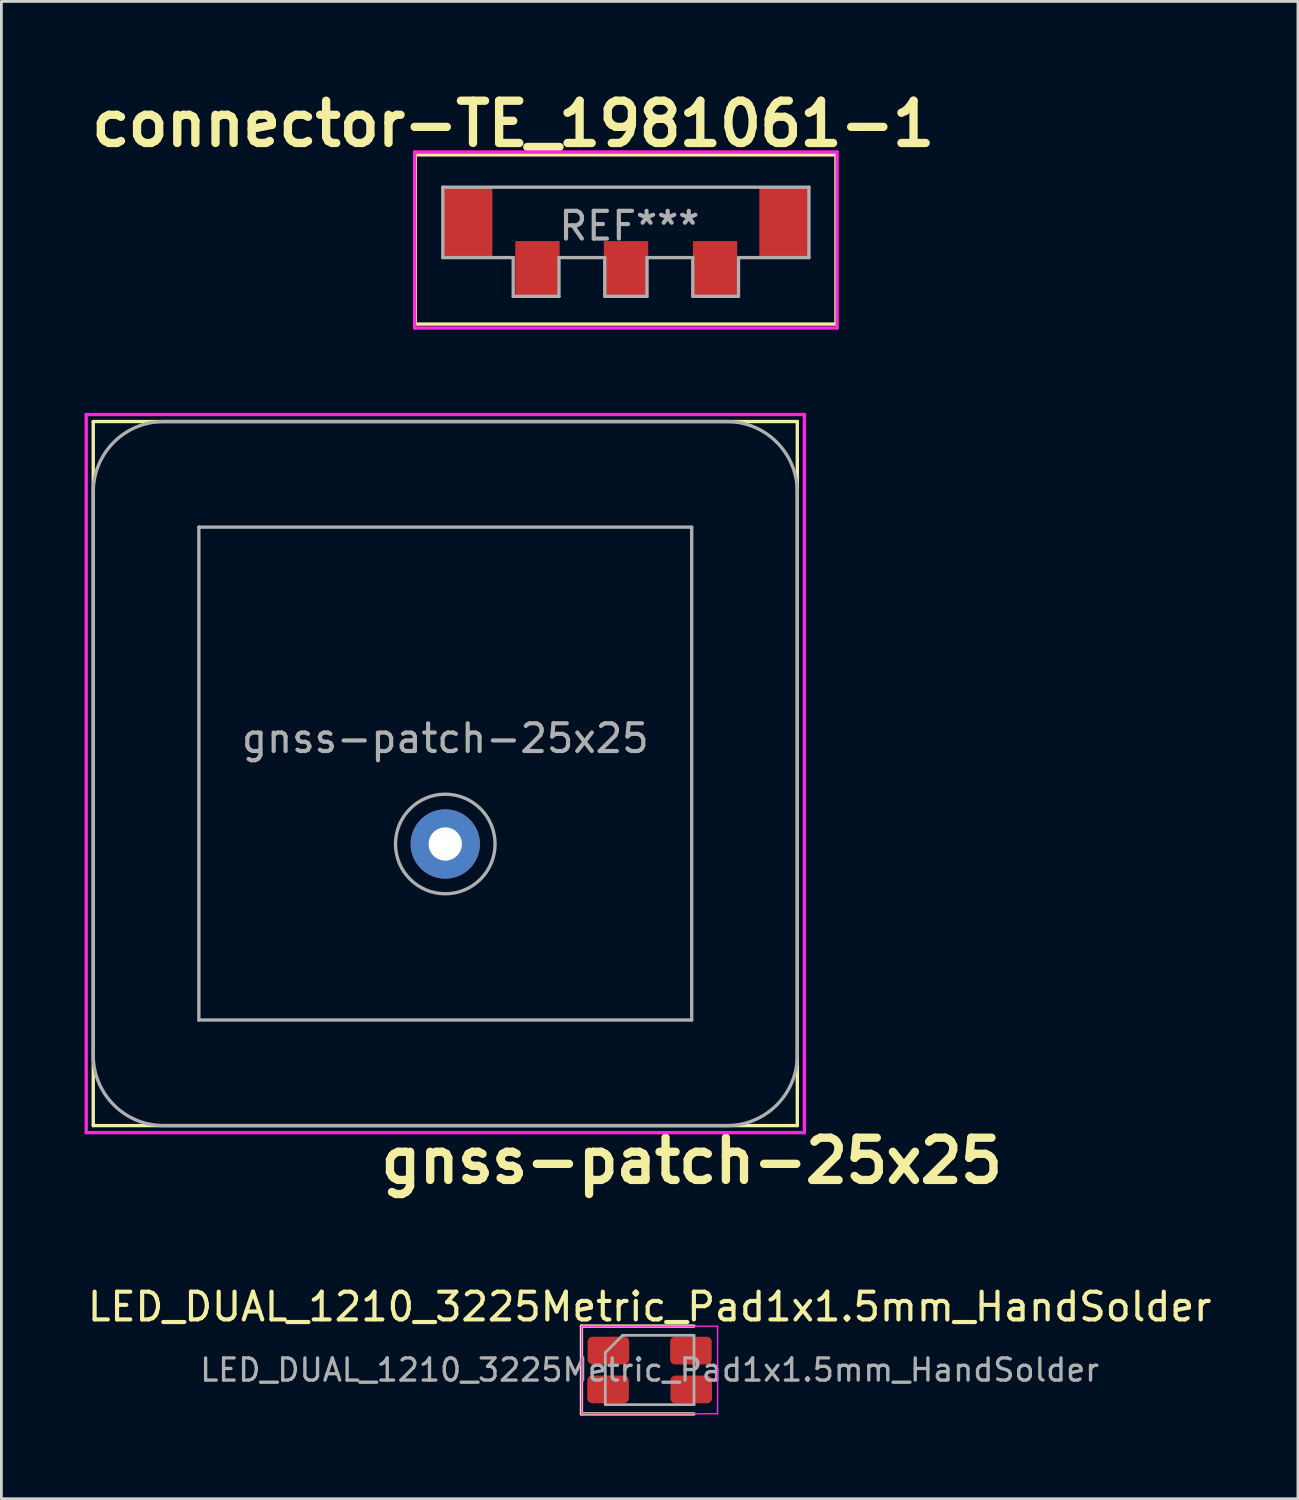
<source format=kicad_pcb>
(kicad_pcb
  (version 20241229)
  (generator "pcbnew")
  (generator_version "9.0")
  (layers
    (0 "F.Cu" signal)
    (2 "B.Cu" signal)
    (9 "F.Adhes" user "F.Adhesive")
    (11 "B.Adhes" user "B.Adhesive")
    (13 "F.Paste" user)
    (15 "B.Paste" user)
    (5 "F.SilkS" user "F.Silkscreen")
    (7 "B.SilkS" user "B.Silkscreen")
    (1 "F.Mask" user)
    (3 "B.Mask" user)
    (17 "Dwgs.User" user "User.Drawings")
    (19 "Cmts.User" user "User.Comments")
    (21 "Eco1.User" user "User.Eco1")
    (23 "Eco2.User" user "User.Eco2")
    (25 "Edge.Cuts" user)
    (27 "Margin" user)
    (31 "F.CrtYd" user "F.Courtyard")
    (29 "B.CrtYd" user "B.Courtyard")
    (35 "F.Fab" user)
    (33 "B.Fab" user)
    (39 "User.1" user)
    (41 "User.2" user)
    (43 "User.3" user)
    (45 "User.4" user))
  (footprint "LED_DUAL_1210_3225Metric_Pad1x1.5mm_HandSolder"
    (layer "F.Cu")
    (at 20.387 46.374)
    (property "Reference" "LED_DUAL_1210_3225Metric_Pad1x1.5mm_HandSolder" (at 0 -2.28 0) (layer "F.SilkS") (effects (font (size 1 1) (thickness 0.15))))
    (attr smd)
    (fp_line (start -2.46 -1.585) (end -2.46 1.585) (stroke (width 0.12) (type solid)) (layer "F.SilkS"))
    (fp_line (start -2.46 1.585) (end 1.6 1.585) (stroke (width 0.12) (type solid)) (layer "F.SilkS"))
    (fp_line (start 1.6 -1.585) (end -2.46 -1.585) (stroke (width 0.12) (type solid)) (layer "F.SilkS"))
    (fp_line (start -2.45 -1.58) (end 2.45 -1.58) (stroke (width 0.05) (type solid)) (layer "F.CrtYd"))
    (fp_line (start -2.45 1.58) (end -2.45 -1.58) (stroke (width 0.05) (type solid)) (layer "F.CrtYd"))
    (fp_line (start 2.45 -1.58) (end 2.45 1.58) (stroke (width 0.05) (type solid)) (layer "F.CrtYd"))
    (fp_line (start 2.45 1.58) (end -2.45 1.58) (stroke (width 0.05) (type solid)) (layer "F.CrtYd"))
    (fp_line (start -1.6 -0.625) (end -1.6 1.25) (stroke (width 0.1) (type solid)) (layer "F.Fab"))
    (fp_line (start -1.6 1.25) (end 1.6 1.25) (stroke (width 0.1) (type solid)) (layer "F.Fab"))
    (fp_line (start -0.975 -1.25) (end -1.6 -0.625) (stroke (width 0.1) (type solid)) (layer "F.Fab"))
    (fp_line (start 1.6 -1.25) (end -0.975 -1.25) (stroke (width 0.1) (type solid)) (layer "F.Fab"))
    (fp_line (start 1.6 1.25) (end 1.6 -1.25) (stroke (width 0.1) (type solid)) (layer "F.Fab"))
    (fp_text user "${REFERENCE}" (at 0 0 0) (layer "F.Fab") (effects (font (size 0.8 0.8) (thickness 0.12))))
    (pad "1" smd roundrect (at -1.488 -0.7) (size 1.5 1) (layers "F.Cu" "F.Mask" "F.Paste") (roundrect_rratio 0.175))
    (pad "2" smd roundrect (at 1.488 -0.7) (size 1.5 1) (layers "F.Cu" "F.Mask" "F.Paste") (roundrect_rratio 0.175))
    (pad "3" smd roundrect (at -1.5 0.7) (size 1.5 1) (layers "F.Cu" "F.Mask" "F.Paste") (roundrect_rratio 0.175))
    (pad "4" smd roundrect (at 1.5 0.7) (size 1.5 1) (layers "F.Cu" "F.Mask" "F.Paste") (roundrect_rratio 0.175)))
  (footprint "connector-TE_1981061-1"
    (layer "F.Cu")
    (at 19.529 5.609)
    (property "Reference" "connector-TE_1981061-1" (at -4.064 -4.191 0) (layer "F.SilkS") (effects (font (size 1.524 1.524) (thickness 0.3))))
    (attr through_hole)
    (fp_line (start -7.625 -3.073) (end 7.579 -3.073) (stroke (width 0.12) (type solid)) (layer "F.SilkS"))
    (fp_line (start -7.595 3.033) (end -7.595 -3.043) (stroke (width 0.12) (type solid)) (layer "F.SilkS"))
    (fp_line (start 7.579 -3.073) (end 7.579 3.033) (stroke (width 0.12) (type solid)) (layer "F.SilkS"))
    (fp_line (start 7.579 3.033) (end -7.595 3.033) (stroke (width 0.12) (type solid)) (layer "F.SilkS"))
    (fp_line (start -7.62 -3.175) (end 7.62 -3.175) (stroke (width 0.12) (type solid)) (layer "F.CrtYd"))
    (fp_line (start -7.62 3.175) (end -7.62 -3.175) (stroke (width 0.12) (type solid)) (layer "F.CrtYd"))
    (fp_line (start 7.62 -3.175) (end 7.62 3.175) (stroke (width 0.12) (type solid)) (layer "F.CrtYd"))
    (fp_line (start 7.62 3.175) (end -7.62 3.175) (stroke (width 0.12) (type solid)) (layer "F.CrtYd"))
    (fp_line (start -6.604 -1.905) (end 6.604 -1.905) (stroke (width 0.12) (type solid)) (layer "F.Fab"))
    (fp_line (start -6.604 0.635) (end -6.604 -1.905) (stroke (width 0.12) (type solid)) (layer "F.Fab"))
    (fp_line (start -4.064 0.635) (end -6.604 0.635) (stroke (width 0.12) (type solid)) (layer "F.Fab"))
    (fp_line (start -4.064 2.032) (end -4.064 0.635) (stroke (width 0.12) (type solid)) (layer "F.Fab"))
    (fp_line (start -2.413 0.635) (end -2.413 2.032) (stroke (width 0.12) (type solid)) (layer "F.Fab"))
    (fp_line (start -2.413 2.032) (end -4.064 2.032) (stroke (width 0.12) (type solid)) (layer "F.Fab"))
    (fp_line (start -0.762 0.635) (end -2.413 0.635) (stroke (width 0.12) (type solid)) (layer "F.Fab"))
    (fp_line (start -0.762 2.032) (end -0.762 0.635) (stroke (width 0.12) (type solid)) (layer "F.Fab"))
    (fp_line (start 0.762 0.635) (end 0.762 2.032) (stroke (width 0.12) (type solid)) (layer "F.Fab"))
    (fp_line (start 0.762 2.032) (end -0.762 2.032) (stroke (width 0.12) (type solid)) (layer "F.Fab"))
    (fp_line (start 2.413 0.635) (end 0.762 0.635) (stroke (width 0.12) (type solid)) (layer "F.Fab"))
    (fp_line (start 2.413 2.032) (end 2.413 0.635) (stroke (width 0.12) (type solid)) (layer "F.Fab"))
    (fp_line (start 4.064 0.635) (end 4.064 2.032) (stroke (width 0.12) (type solid)) (layer "F.Fab"))
    (fp_line (start 4.064 2.032) (end 2.413 2.032) (stroke (width 0.12) (type solid)) (layer "F.Fab"))
    (fp_line (start 6.604 -1.905) (end 6.604 0.635) (stroke (width 0.12) (type solid)) (layer "F.Fab"))
    (fp_line (start 6.604 0.635) (end 4.064 0.635) (stroke (width 0.12) (type solid)) (layer "F.Fab"))
    (fp_text user "REF***" (at 0.127 -0.508 0) (layer "F.Fab") (effects (font (size 1 1) (thickness 0.15))))
    (pad "1" smd rect (at -3.19 1.039) (size 1.6 2) (layers "F.Cu" "F.Mask" "F.Paste"))
    (pad "2" smd rect (at 0.005 1.039) (size 1.6 2) (layers "F.Cu" "F.Mask" "F.Paste"))
    (pad "3" smd rect (at -5.715 -0.635) (size 1.8 2.5) (layers "F.Cu" "F.Mask" "F.Paste"))
    (pad "3" smd rect (at 3.218 1.039) (size 1.6 2) (layers "F.Cu" "F.Mask" "F.Paste"))
    (pad "3" smd rect (at 5.715 -0.635) (size 1.8 2.5) (layers "F.Cu" "F.Mask" "F.Paste")))
  (footprint "gnss-patch-25x25"
    (layer "F.Cu")
    (at 13.014 24.858)
    (property "Reference" "gnss-patch-25x25" (at 8.89 13.97 0) (layer "F.SilkS") (effects (font (size 1.524 1.524) (thickness 0.3))))
    (attr through_hole)
    (fp_line (start -12.7 -12.7) (end 12.7 -12.7) (stroke (width 0.12) (type solid)) (layer "F.SilkS"))
    (fp_line (start -12.7 12.7) (end -12.7 -12.7) (stroke (width 0.12) (type solid)) (layer "F.SilkS"))
    (fp_line (start 12.7 -12.7) (end 12.7 12.7) (stroke (width 0.12) (type solid)) (layer "F.SilkS"))
    (fp_line (start 12.7 12.7) (end -12.7 12.7) (stroke (width 0.12) (type solid)) (layer "F.SilkS"))
    (fp_line (start -12.954 -12.954) (end -12.954 12.954) (stroke (width 0.12) (type solid)) (layer "F.CrtYd"))
    (fp_line (start -12.954 12.954) (end 12.954 12.954) (stroke (width 0.12) (type solid)) (layer "F.CrtYd"))
    (fp_line (start 12.954 -12.954) (end -12.954 -12.954) (stroke (width 0.12) (type solid)) (layer "F.CrtYd"))
    (fp_line (start 12.954 12.954) (end 12.954 -12.954) (stroke (width 0.12) (type solid)) (layer "F.CrtYd"))
    (fp_line (start -12.7 -10.16) (end -12.7 10.16) (stroke (width 0.12) (type solid)) (layer "F.Fab"))
    (fp_line (start -10.16 12.7) (end 10.16 12.7) (stroke (width 0.12) (type solid)) (layer "F.Fab"))
    (fp_line (start -8.89 -8.89) (end -8.89 8.89) (stroke (width 0.12) (type solid)) (layer "F.Fab"))
    (fp_line (start -8.89 8.89) (end 8.89 8.89) (stroke (width 0.12) (type solid)) (layer "F.Fab"))
    (fp_line (start 8.89 -8.89) (end -8.89 -8.89) (stroke (width 0.12) (type solid)) (layer "F.Fab"))
    (fp_line (start 8.89 8.89) (end 8.89 -8.89) (stroke (width 0.12) (type solid)) (layer "F.Fab"))
    (fp_line (start 10.16 -12.7) (end -10.16 -12.7) (stroke (width 0.12) (type solid)) (layer "F.Fab"))
    (fp_line (start 12.7 10.16) (end 12.7 -10.16) (stroke (width 0.12) (type solid)) (layer "F.Fab"))
    (fp_arc (start -12.7 -10.16) (mid -11.956051 -11.956051) (end -10.16 -12.7) (stroke (width 0.12) (type solid)) (layer "F.Fab"))
    (fp_arc (start -10.16 12.7) (mid -11.956051 11.956051) (end -12.7 10.16) (stroke (width 0.12) (type solid)) (layer "F.Fab"))
    (fp_arc (start 10.16 -12.7) (mid 11.956051 -11.956051) (end 12.7 -10.16) (stroke (width 0.12) (type solid)) (layer "F.Fab"))
    (fp_arc (start 12.7 10.16) (mid 11.956051 11.956051) (end 10.16 12.7) (stroke (width 0.12) (type solid)) (layer "F.Fab"))
    (fp_circle (center 0 2.54) (end 0.254 2.54) (stroke (width 0.508) (type solid)) (fill no) (layer "F.Fab"))
    (fp_circle (center 0 2.54) (end 1.27 1.27) (stroke (width 0.12) (type solid)) (fill no) (layer "F.Fab"))
    (fp_text user "${REFERENCE}" (at 0 -1.27 0) (layer "F.Fab") (effects (font (size 1 1) (thickness 0.15))))
    (pad "1" thru_hole circle (at 0 2.54) (size 2.5 2.5) (drill 1.2) (layers "*.Mask" "B.Cu")))
  (gr_rect
    (start -3 -3)
    (end 43.774 51.019)
    (stroke (width 0.1) (type default))
    (fill no)
    (layer "Edge.Cuts")))
</source>
